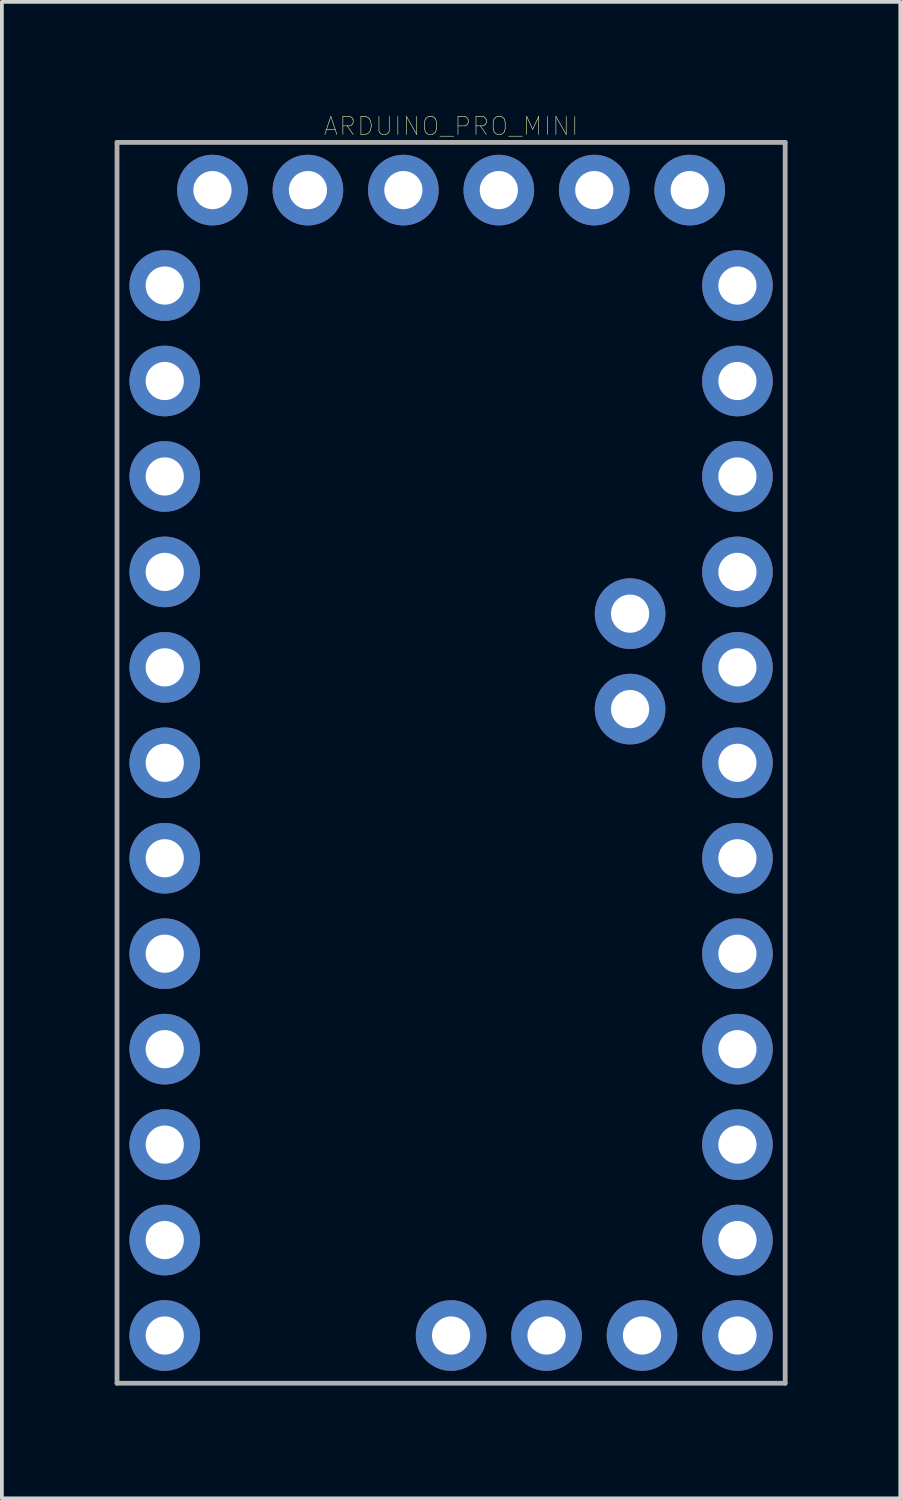
<source format=kicad_pcb>
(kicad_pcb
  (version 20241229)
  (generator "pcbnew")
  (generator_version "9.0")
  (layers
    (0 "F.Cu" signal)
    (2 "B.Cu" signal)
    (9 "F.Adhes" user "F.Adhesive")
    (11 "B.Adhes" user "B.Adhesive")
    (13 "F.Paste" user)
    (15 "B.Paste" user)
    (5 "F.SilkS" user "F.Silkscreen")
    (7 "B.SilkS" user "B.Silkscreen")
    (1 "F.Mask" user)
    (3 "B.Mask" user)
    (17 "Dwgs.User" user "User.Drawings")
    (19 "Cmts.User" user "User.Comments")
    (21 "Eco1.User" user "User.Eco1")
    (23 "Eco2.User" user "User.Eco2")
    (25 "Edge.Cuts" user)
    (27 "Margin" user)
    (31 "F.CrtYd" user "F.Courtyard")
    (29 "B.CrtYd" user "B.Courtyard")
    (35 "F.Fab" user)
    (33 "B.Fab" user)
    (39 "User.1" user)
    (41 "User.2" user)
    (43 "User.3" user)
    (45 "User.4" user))
  (footprint "ARDUINO_PRO_MINI"
    (layer "F.Cu")
    (at 8.954 17.249)
    (property "Reference" "ARDUINO_PRO_MINI" (at 0 -16.942 0) (layer "F.SilkS") (effects (font (size 0.48 0.48) (thickness 0.015))))
    (attr through_hole)
    (fp_line (start -8.89 -16.51) (end -8.89 16.51) (stroke (width 0.127) (type solid)) (layer "F.Fab"))
    (fp_line (start -8.89 16.51) (end 8.89 16.51) (stroke (width 0.127) (type solid)) (layer "F.Fab"))
    (fp_line (start 8.89 -16.51) (end -8.89 -16.51) (stroke (width 0.127) (type solid)) (layer "F.Fab"))
    (fp_line (start 8.89 16.51) (end 8.89 -16.51) (stroke (width 0.127) (type solid)) (layer "F.Fab"))
    (pad "1" thru_hole circle (at -7.62 -12.7) (size 1.88 1.88) (drill 1.016) (layers "*.Cu" "*.Mask"))
    (pad "2" thru_hole circle (at -7.62 -10.16) (size 1.88 1.88) (drill 1.016) (layers "*.Cu" "*.Mask"))
    (pad "3" thru_hole circle (at -7.62 -7.62) (size 1.88 1.88) (drill 1.016) (layers "*.Cu" "*.Mask"))
    (pad "4" thru_hole circle (at -7.62 -5.08) (size 1.88 1.88) (drill 1.016) (layers "*.Cu" "*.Mask"))
    (pad "4" thru_hole circle (at 0 15.24) (size 1.88 1.88) (drill 1.016) (layers "*.Cu" "*.Mask"))
    (pad "5" thru_hole circle (at -7.62 -2.54) (size 1.88 1.88) (drill 1.016) (layers "*.Cu" "*.Mask"))
    (pad "6" thru_hole circle (at -7.62 0) (size 1.88 1.88) (drill 1.016) (layers "*.Cu" "*.Mask"))
    (pad "7" thru_hole circle (at -7.62 2.54) (size 1.88 1.88) (drill 1.016) (layers "*.Cu" "*.Mask"))
    (pad "8" thru_hole circle (at -7.62 5.08) (size 1.88 1.88) (drill 1.016) (layers "*.Cu" "*.Mask"))
    (pad "9" thru_hole circle (at -7.62 7.62) (size 1.88 1.88) (drill 1.016) (layers "*.Cu" "*.Mask"))
    (pad "10" thru_hole circle (at -7.62 10.16) (size 1.88 1.88) (drill 1.016) (layers "*.Cu" "*.Mask"))
    (pad "11" thru_hole circle (at -7.62 12.7) (size 1.88 1.88) (drill 1.016) (layers "*.Cu" "*.Mask"))
    (pad "12" thru_hole circle (at -7.62 15.24) (size 1.88 1.88) (drill 1.016) (layers "*.Cu" "*.Mask"))
    (pad "13" thru_hole circle (at 7.62 15.24) (size 1.88 1.88) (drill 1.016) (layers "*.Cu" "*.Mask"))
    (pad "14" thru_hole circle (at 7.62 12.7) (size 1.88 1.88) (drill 1.016) (layers "*.Cu" "*.Mask"))
    (pad "15" thru_hole circle (at 7.62 10.16) (size 1.88 1.88) (drill 1.016) (layers "*.Cu" "*.Mask"))
    (pad "16" thru_hole circle (at 7.62 7.62) (size 1.88 1.88) (drill 1.016) (layers "*.Cu" "*.Mask"))
    (pad "17" thru_hole circle (at 7.62 5.08) (size 1.88 1.88) (drill 1.016) (layers "*.Cu" "*.Mask"))
    (pad "18" thru_hole circle (at 7.62 2.54) (size 1.88 1.88) (drill 1.016) (layers "*.Cu" "*.Mask"))
    (pad "19" thru_hole circle (at 7.62 0) (size 1.88 1.88) (drill 1.016) (layers "*.Cu" "*.Mask"))
    (pad "20" thru_hole circle (at 7.62 -2.54) (size 1.88 1.88) (drill 1.016) (layers "*.Cu" "*.Mask"))
    (pad "21" thru_hole circle (at 7.62 -5.08) (size 1.88 1.88) (drill 1.016) (layers "*.Cu" "*.Mask"))
    (pad "22" thru_hole circle (at 7.62 -7.62) (size 1.88 1.88) (drill 1.016) (layers "*.Cu" "*.Mask"))
    (pad "23" thru_hole circle (at 7.62 -10.16) (size 1.88 1.88) (drill 1.016) (layers "*.Cu" "*.Mask"))
    (pad "24" thru_hole circle (at 7.62 -12.7) (size 1.88 1.88) (drill 1.016) (layers "*.Cu" "*.Mask"))
    (pad "A4" thru_hole circle (at 4.763 -1.429) (size 1.88 1.88) (drill 1.016) (layers "*.Cu" "*.Mask"))
    (pad "A5" thru_hole circle (at 4.763 -3.969) (size 1.88 1.88) (drill 1.016) (layers "*.Cu" "*.Mask"))
    (pad "A6" thru_hole circle (at 2.54 15.24) (size 1.88 1.88) (drill 1.016) (layers "*.Cu" "*.Mask"))
    (pad "A7" thru_hole circle (at 5.08 15.24) (size 1.88 1.88) (drill 1.016) (layers "*.Cu" "*.Mask"))
    (pad "BLK" thru_hole circle (at -6.35 -15.24) (size 1.88 1.88) (drill 1.016) (layers "*.Cu" "*.Mask"))
    (pad "GND" thru_hole circle (at -3.81 -15.24) (size 1.88 1.88) (drill 1.016) (layers "*.Cu" "*.Mask"))
    (pad "GRN" thru_hole circle (at 6.35 -15.24) (size 1.88 1.88) (drill 1.016) (layers "*.Cu" "*.Mask"))
    (pad "RXI" thru_hole circle (at 1.27 -15.24) (size 1.88 1.88) (drill 1.016) (layers "*.Cu" "*.Mask"))
    (pad "TXO" thru_hole circle (at 3.81 -15.24) (size 1.88 1.88) (drill 1.016) (layers "*.Cu" "*.Mask"))
    (pad "VCC" thru_hole circle (at -1.27 -15.24) (size 1.88 1.88) (drill 1.016) (layers "*.Cu" "*.Mask")))
  (gr_rect
    (start -3 -3)
    (end 20.907 36.822)
    (stroke (width 0.1) (type default))
    (fill no)
    (layer "Edge.Cuts")))
</source>
